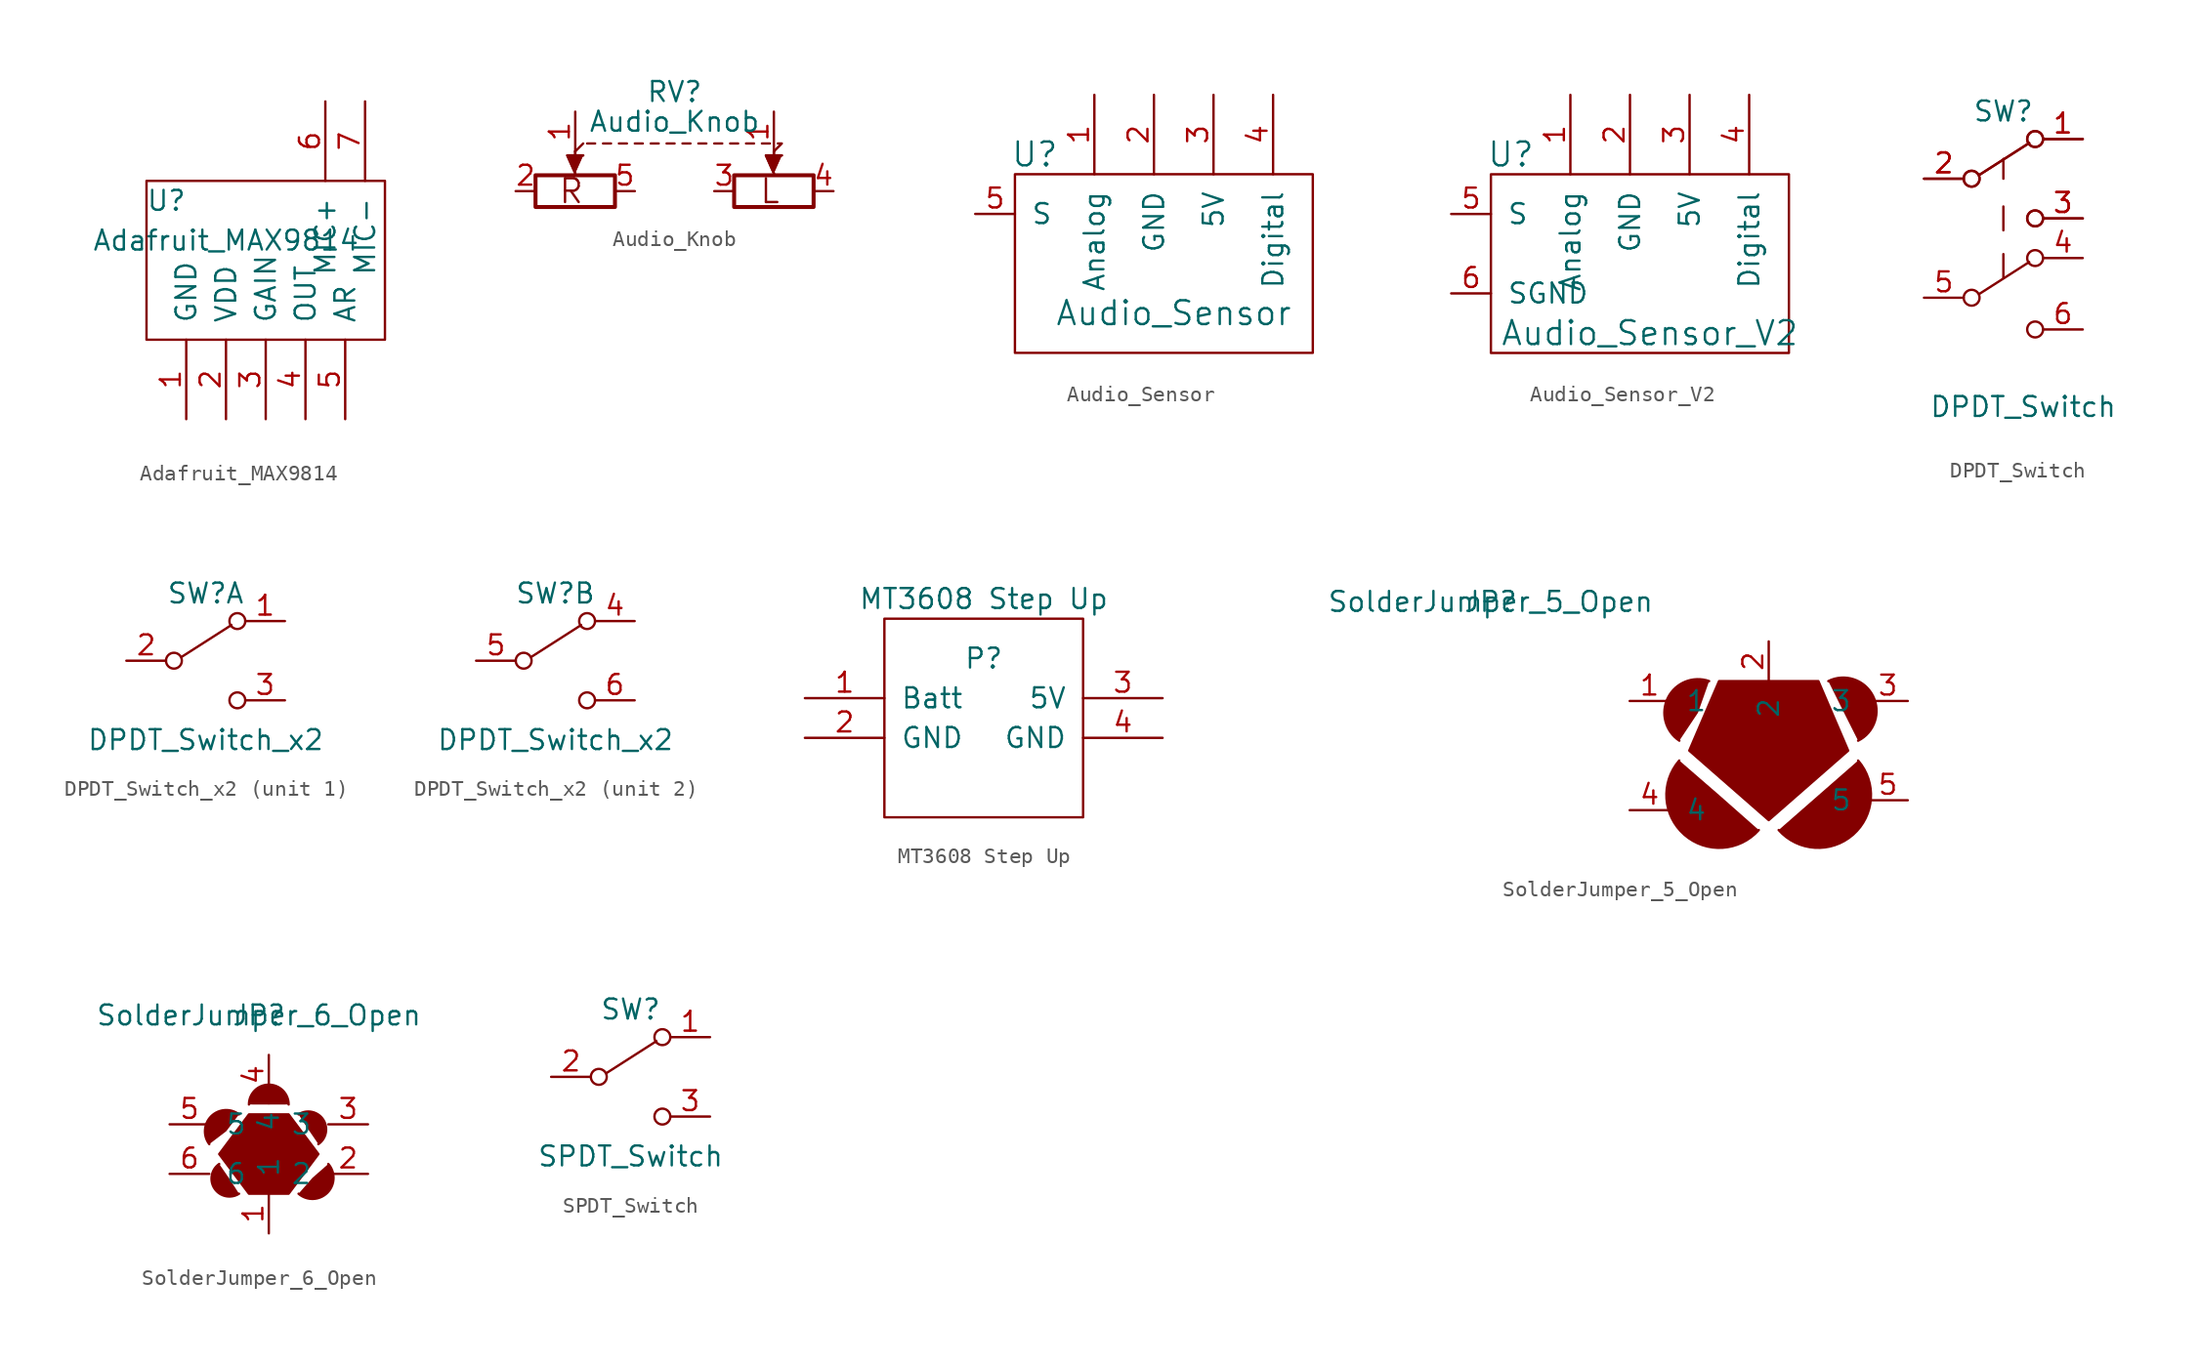
<source format=kicad_sym>
(kicad_symbol_lib
  (version 20220914)
  (generator kicad_symbol_editor)
  (symbol "Adafruit_MAX9814"
    (pin_names
      (offset 1.016))
    (property "Reference" "U"
      (at -6.35 3.81 0)
      (effects (font (size 1.27 1.27))))
    (property "Value" "Adafruit_MAX9814"
      (at -2.54 1.27 0)
      (effects (font (size 1.27 1.27))))
    (symbol "Adafruit_MAX9814_0_1"
      (rectangle (start 7.62 -5.08) (end -7.62 5.08) (stroke (width 0) (type default)) (fill (type none))))
    (symbol "Adafruit_MAX9814_1_1"
      (pin power_in line (at -5.08 -10.16 90) (length 5.08) (name "GND" (effects (font (size 1.27 1.27)))) (number "1" (effects (font (size 1.27 1.27)))))
      (pin power_in line (at -2.54 -10.16 90) (length 5.08) (name "VDD" (effects (font (size 1.27 1.27)))) (number "2" (effects (font (size 1.27 1.27)))))
      (pin passive line (at 0 -10.16 90) (length 5.08) (name "GAIN" (effects (font (size 1.27 1.27)))) (number "3" (effects (font (size 1.27 1.27)))))
      (pin output line (at 2.54 -10.16 90) (length 5.08) (name "OUT" (effects (font (size 1.27 1.27)))) (number "4" (effects (font (size 1.27 1.27)))))
      (pin passive line (at 5.08 -10.16 90) (length 5.08) (name "AR" (effects (font (size 1.27 1.27)))) (number "5" (effects (font (size 1.27 1.27)))))
      (pin input line (at 3.81 10.16 270) (length 5.08) (name "MIC+" (effects (font (size 1.27 1.27)))) (number "6" (effects (font (size 1.27 1.27)))))
      (pin input line (at 6.35 10.16 270) (length 5.08) (name "MIC-" (effects (font (size 1.27 1.27)))) (number "7" (effects (font (size 1.27 1.27)))))))
  (symbol "Audio_Knob"
    (pin_names
      (offset 1.016) hide)
    (property "Reference" "RV"
      (at 0 3.81 0)
      (effects (font (size 1.27 1.27))))
    (property "Value" "Audio_Knob"
      (at 0 1.905 0)
      (effects (font (size 1.27 1.27))))
    (symbol "Audio_Knob_0_0"
      (text "L" (at 6.096 -2.54 0) (effects (font (size 1.524 1.524))))
      (text "R" (at -6.604 -2.54 0) (effects (font (size 1.524 1.524)))))
    (symbol "Audio_Knob_0_1"
      (rectangle (start -8.89 -1.524) (end -3.81 -3.556) (stroke (width 0.254) (type default)) (fill (type none)))
      (polyline (pts (xy -6.35 0) (xy -6.35 -1.016)) (stroke (width 0) (type default)) (fill (type none)))
      (polyline (pts (xy -6.35 0) (xy -6.35 -1.016)) (stroke (width 0) (type default)) (fill (type none)))
      (polyline (pts (xy -6.35 0) (xy -5.842 0.508)) (stroke (width 0) (type default)) (fill (type none)))
      (polyline (pts (xy -5.588 0.508) (xy -5.08 0.508)) (stroke (width 0) (type default)) (fill (type none)))
      (polyline (pts (xy -4.572 0.508) (xy -4.064 0.508)) (stroke (width 0) (type default)) (fill (type none)))
      (polyline (pts (xy -3.556 0.508) (xy -3.048 0.508)) (stroke (width 0) (type default)) (fill (type none)))
      (polyline (pts (xy -2.54 0.508) (xy -2.032 0.508)) (stroke (width 0) (type default)) (fill (type none)))
      (polyline (pts (xy -1.524 0.508) (xy -1.016 0.508)) (stroke (width 0) (type default)) (fill (type none)))
      (polyline (pts (xy -0.508 0.508) (xy 0 0.508)) (stroke (width 0) (type default)) (fill (type none)))
      (polyline (pts (xy 0.508 0.508) (xy 1.016 0.508)) (stroke (width 0) (type default)) (fill (type none)))
      (polyline (pts (xy 1.524 0.508) (xy 2.032 0.508)) (stroke (width 0) (type default)) (fill (type none)))
      (polyline (pts (xy 2.54 0.508) (xy 3.048 0.508)) (stroke (width 0) (type default)) (fill (type none)))
      (polyline (pts (xy 3.556 0.508) (xy 4.064 0.508)) (stroke (width 0) (type default)) (fill (type none)))
      (polyline (pts (xy 4.572 0.508) (xy 5.08 0.508)) (stroke (width 0) (type default)) (fill (type none)))
      (polyline (pts (xy 5.588 0.508) (xy 6.096 0.508)) (stroke (width 0) (type default)) (fill (type none)))
      (polyline (pts (xy 6.35 0) (xy 6.35 -1.016)) (stroke (width 0) (type default)) (fill (type none)))
      (polyline (pts (xy 6.35 0) (xy 6.35 -1.016)) (stroke (width 0) (type default)) (fill (type none)))
      (polyline (pts (xy -6.35 -1.397) (xy -6.858 -0.254) (xy -5.842 -0.254)) (stroke (width 0) (type default)) (fill (type outline)))
      (polyline (pts (xy -6.35 -1.397) (xy -6.858 -0.254) (xy -5.842 -0.254)) (stroke (width 0) (type default)) (fill (type outline)))
      (polyline (pts (xy 6.35 -1.397) (xy 5.842 -0.254) (xy 6.858 -0.254)) (stroke (width 0) (type default)) (fill (type outline)))
      (polyline (pts (xy 6.35 -1.397) (xy 5.842 -0.254) (xy 6.858 -0.254)) (stroke (width 0) (type default)) (fill (type outline)))
      (polyline (pts (xy 6.604 0.508) (xy 6.858 0.508) (xy 6.35 0)) (stroke (width 0) (type default)) (fill (type none)))
      (rectangle (start 3.81 -1.524) (end 8.89 -3.556) (stroke (width 0.254) (type default)) (fill (type none))))
    (symbol "Audio_Knob_1_1"
      (pin passive line (at -6.35 2.54 270) (length 2.54) (name "GND" (effects (font (size 1.27 1.27)))) (number "1" (effects (font (size 1.27 1.27)))))
      (pin passive line (at 6.35 2.54 270) (length 2.54) (name "GND" (effects (font (size 1.27 1.27)))) (number "1" (effects (font (size 1.27 1.27)))))
      (pin passive line (at -10.16 -2.54 0) (length 1.27) (name "RI" (effects (font (size 1.27 1.27)))) (number "2" (effects (font (size 1.27 1.27)))))
      (pin passive line (at 2.54 -2.54 0) (length 1.27) (name "LI" (effects (font (size 1.27 1.27)))) (number "3" (effects (font (size 1.27 1.27)))))
      (pin passive line (at 10.16 -2.54 180) (length 1.27) (name "LO" (effects (font (size 1.27 1.27)))) (number "4" (effects (font (size 1.27 1.27)))))
      (pin passive line (at -2.54 -2.54 180) (length 1.27) (name "RO" (effects (font (size 1.27 1.27)))) (number "5" (effects (font (size 1.27 1.27)))))))
  (symbol "Audio_Sensor"
    (pin_names
      (offset 1.016))
    (property "Reference" "U"
      (at -8.89 8.89 0)
      (effects (font (size 1.524 1.524))))
    (property "Value" "Audio_Sensor"
      (at 0 -1.27 0)
      (effects (font (size 1.524 1.524))))
    (symbol "Audio_Sensor_0_1"
      (rectangle (start -10.16 7.62) (end 8.89 -3.81) (stroke (width 0) (type default)) (fill (type none))))
    (symbol "Audio_Sensor_1_1"
      (pin output line (at -5.08 12.7 270) (length 5.08) (name "Analog" (effects (font (size 1.27 1.27)))) (number "1" (effects (font (size 1.27 1.27)))))
      (pin power_in line (at -1.27 12.7 270) (length 5.08) (name "GND" (effects (font (size 1.27 1.27)))) (number "2" (effects (font (size 1.27 1.27)))))
      (pin power_in line (at 2.54 12.7 270) (length 5.08) (name "5V" (effects (font (size 1.27 1.27)))) (number "3" (effects (font (size 1.27 1.27)))))
      (pin output line (at 6.35 12.7 270) (length 5.08) (name "Digital" (effects (font (size 1.27 1.27)))) (number "4" (effects (font (size 1.27 1.27)))))
      (pin passive line (at -12.7 5.08 0) (length 2.54) (name "S" (effects (font (size 1.27 1.27)))) (number "5" (effects (font (size 1.27 1.27)))))))
  (symbol "Audio_Sensor_V2"
    (pin_names
      (offset 1.016))
    (property "Reference" "U"
      (at -8.89 8.89 0)
      (effects (font (size 1.524 1.524))))
    (property "Value" "Audio_Sensor_V2"
      (at 0 -2.54 0)
      (effects (font (size 1.524 1.524))))
    (symbol "Audio_Sensor_V2_0_1"
      (rectangle (start -10.16 7.62) (end 8.89 -3.81) (stroke (width 0) (type default)) (fill (type none))))
    (symbol "Audio_Sensor_V2_1_1"
      (pin output line (at -5.08 12.7 270) (length 5.08) (name "Analog" (effects (font (size 1.27 1.27)))) (number "1" (effects (font (size 1.27 1.27)))))
      (pin power_in line (at -1.27 12.7 270) (length 5.08) (name "GND" (effects (font (size 1.27 1.27)))) (number "2" (effects (font (size 1.27 1.27)))))
      (pin power_in line (at 2.54 12.7 270) (length 5.08) (name "5V" (effects (font (size 1.27 1.27)))) (number "3" (effects (font (size 1.27 1.27)))))
      (pin output line (at 6.35 12.7 270) (length 5.08) (name "Digital" (effects (font (size 1.27 1.27)))) (number "4" (effects (font (size 1.27 1.27)))))
      (pin passive line (at -12.7 5.08 0) (length 2.54) (name "S" (effects (font (size 1.27 1.27)))) (number "5" (effects (font (size 1.27 1.27)))))
      (pin passive line (at -12.7 0 0) (length 2.54) (name "SGND" (effects (font (size 1.27 1.27)))) (number "6" (effects (font (size 1.27 1.27)))))))
  (symbol "DPDT_Switch"
    (pin_names
      (offset 0) hide)
    (property "Reference" "SW"
      (at 0 4.318 0)
      (effects (font (size 1.27 1.27))))
    (property "Value" "DPDT_Switch"
      (at 1.27 -14.605 0)
      (effects (font (size 1.27 1.27))))
    (symbol "DPDT_Switch_0_0"
      (circle (center -2.032 0) (radius 0.508) (stroke (width 0) (type default)) (fill (type none)))
      (circle (center -2.032 0) (radius 0.508) (stroke (width 0) (type default)) (fill (type none)))
      (circle (center 2.032 -2.54) (radius 0.508) (stroke (width 0) (type default)) (fill (type none)))
      (circle (center 2.032 -2.54) (radius 0.508) (stroke (width 0) (type default)) (fill (type none))))
    (symbol "DPDT_Switch_0_1"
      (circle (center -2.032 -7.62) (radius 0.508) (stroke (width 0) (type default)) (fill (type none)))
      (polyline (pts (xy -1.524 -7.366) (xy 1.651 -5.334)) (stroke (width 0) (type default)) (fill (type none)))
      (polyline (pts (xy -1.524 0.254) (xy 1.651 2.286)) (stroke (width 0) (type default)) (fill (type none)))
      (polyline (pts (xy -1.524 0.254) (xy 1.651 2.286)) (stroke (width 0) (type default)) (fill (type none)))
      (polyline (pts (xy 0 -6.35) (xy 0 -4.826)) (stroke (width 0) (type default)) (fill (type none)))
      (polyline (pts (xy 0 -3.302) (xy 0 -1.778)) (stroke (width 0) (type default)) (fill (type none)))
      (polyline (pts (xy 0 0) (xy 0 1.27)) (stroke (width 0) (type default)) (fill (type none)))
      (circle (center 2.032 -9.652) (radius 0.508) (stroke (width 0) (type default)) (fill (type none)))
      (circle (center 2.032 -5.08) (radius 0.508) (stroke (width 0) (type default)) (fill (type none)))
      (circle (center 2.032 2.54) (radius 0.508) (stroke (width 0) (type default)) (fill (type none)))
      (circle (center 2.032 2.54) (radius 0.508) (stroke (width 0) (type default)) (fill (type none)))
      (pin passive line (at -5.08 -7.62 0) (length 2.54) (name "E" (effects (font (size 1.27 1.27)))) (number "5" (effects (font (size 1.27 1.27))))))
    (symbol "DPDT_Switch_1_1"
      (pin passive line (at 5.08 2.54 180) (length 2.54) (name "A" (effects (font (size 1.27 1.27)))) (number "1" (effects (font (size 1.27 1.27)))))
      (pin passive line (at 5.08 2.54 180) (length 2.54) (name "A" (effects (font (size 1.27 1.27)))) (number "1" (effects (font (size 1.27 1.27)))))
      (pin passive line (at -5.08 0 0) (length 2.54) (name "B" (effects (font (size 1.27 1.27)))) (number "2" (effects (font (size 1.27 1.27)))))
      (pin passive line (at -5.08 0 0) (length 2.54) (name "B" (effects (font (size 1.27 1.27)))) (number "2" (effects (font (size 1.27 1.27)))))
      (pin passive line (at 5.08 -2.54 180) (length 2.54) (name "C" (effects (font (size 1.27 1.27)))) (number "3" (effects (font (size 1.27 1.27)))))
      (pin passive line (at 5.08 -2.54 180) (length 2.54) (name "C" (effects (font (size 1.27 1.27)))) (number "3" (effects (font (size 1.27 1.27)))))
      (pin passive line (at 5.08 -5.08 180) (length 2.54) (name "D" (effects (font (size 1.27 1.27)))) (number "4" (effects (font (size 1.27 1.27)))))
      (pin passive line (at 5.08 -9.652 180) (length 2.54) (name "F" (effects (font (size 1.27 1.27)))) (number "6" (effects (font (size 1.27 1.27)))))))
  (symbol "DPDT_Switch_x2"
    (pin_names
      (offset 0) hide)
    (property "Reference" "SW"
      (at 0 4.318 0)
      (effects (font (size 1.27 1.27))))
    (property "Value" "DPDT_Switch_x2"
      (at 0 -5.08 0)
      (effects (font (size 1.27 1.27))))
    (symbol "DPDT_Switch_x2_0_0"
      (circle (center -2.032 0) (radius 0.508) (stroke (width 0) (type default)) (fill (type none)))
      (circle (center 2.032 -2.54) (radius 0.508) (stroke (width 0) (type default)) (fill (type none))))
    (symbol "DPDT_Switch_x2_0_1"
      (polyline (pts (xy -1.524 0.254) (xy 1.651 2.286)) (stroke (width 0) (type default)) (fill (type none)))
      (circle (center 2.032 2.54) (radius 0.508) (stroke (width 0) (type default)) (fill (type none))))
    (symbol "DPDT_Switch_x2_1_1"
      (pin passive line (at 5.08 2.54 180) (length 2.54) (name "A" (effects (font (size 1.27 1.27)))) (number "1" (effects (font (size 1.27 1.27)))))
      (pin passive line (at -5.08 0 0) (length 2.54) (name "B" (effects (font (size 1.27 1.27)))) (number "2" (effects (font (size 1.27 1.27)))))
      (pin passive line (at 5.08 -2.54 180) (length 2.54) (name "C" (effects (font (size 1.27 1.27)))) (number "3" (effects (font (size 1.27 1.27))))))
    (symbol "DPDT_Switch_x2_2_1"
      (pin passive line (at 5.08 2.54 180) (length 2.54) (name "A" (effects (font (size 1.27 1.27)))) (number "4" (effects (font (size 1.27 1.27)))))
      (pin passive line (at -5.08 0 0) (length 2.54) (name "B" (effects (font (size 1.27 1.27)))) (number "5" (effects (font (size 1.27 1.27)))))
      (pin passive line (at 5.08 -2.54 180) (length 2.54) (name "C" (effects (font (size 1.27 1.27)))) (number "6" (effects (font (size 1.27 1.27)))))))
  (symbol "MT3608 Step Up"
    (pin_names
      (offset 1.016))
    (property "Reference" "P"
      (at 0 0 0)
      (effects (font (size 1.27 1.27))))
    (property "Value" "MT3608 Step Up"
      (at 0 3.81 0)
      (effects (font (size 1.27 1.27))))
    (symbol "MT3608 Step Up_0_1"
      (rectangle (start -6.35 2.54) (end 6.35 -10.16) (stroke (width 0) (type default)) (fill (type none))))
    (symbol "MT3608 Step Up_1_1"
      (pin input line (at -11.43 -2.54 0) (length 5.08) (name "Batt" (effects (font (size 1.27 1.27)))) (number "1" (effects (font (size 1.27 1.27)))))
      (pin input line (at -11.43 -5.08 0) (length 5.08) (name "GND" (effects (font (size 1.27 1.27)))) (number "2" (effects (font (size 1.27 1.27)))))
      (pin output line (at 11.43 -2.54 180) (length 5.08) (name "5V" (effects (font (size 1.27 1.27)))) (number "3" (effects (font (size 1.27 1.27)))))
      (pin output line (at 11.43 -5.08 180) (length 5.08) (name "GND" (effects (font (size 1.27 1.27)))) (number "4" (effects (font (size 1.27 1.27)))))))
  (symbol "SolderJumper_5_Open"
    (pin_names
      (offset 1.016))
    (property "Reference" "JP"
      (at -17.78 8.89 0)
      (effects (font (size 1.27 1.27))))
    (property "Value" "SolderJumper_5_Open"
      (at -17.78 8.89 0)
      (effects (font (size 1.27 1.27))))
    (symbol "SolderJumper_5_Open_0_1"
      (arc (start -5.715 -1.27) (mid -5.392 -6.0135) (end -0.635 -5.715) (stroke (width 0) (type default)) (fill (type outline)))
      (arc (start -3.81 3.81) (mid -6.4465 2.7414) (end -5.715 0) (stroke (width 0) (type default)) (fill (type outline)))
      (polyline (pts (xy -3.175 3.81) (xy 3.175 3.81) (xy 5.08 -0.635) (xy 0 -5.08) (xy -5.08 -0.635) (xy -3.175 3.81)) (stroke (width 0) (type default)) (fill (type outline)))
      (arc (start 0.635 -5.715) (mid 5.403 -6.0261) (end 5.715 -1.27) (stroke (width 0) (type default)) (fill (type outline)))
      (arc (start 5.715 0) (mid 6.6599 2.86) (end 3.81 3.81) (stroke (width 0) (type default)) (fill (type outline))))
    (symbol "SolderJumper_5_Open_1_1"
      (pin passive line (at -8.89 2.54 0) (length 2.54) (name "1" (effects (font (size 1.27 1.27)))) (number "1" (effects (font (size 1.27 1.27)))))
      (pin passive line (at 0 6.35 270) (length 2.54) (name "2" (effects (font (size 1.27 1.27)))) (number "2" (effects (font (size 1.27 1.27)))))
      (pin passive line (at 8.89 2.54 180) (length 2.54) (name "3" (effects (font (size 1.27 1.27)))) (number "3" (effects (font (size 1.27 1.27)))))
      (pin passive line (at -8.89 -4.445 0) (length 2.54) (name "4" (effects (font (size 1.27 1.27)))) (number "4" (effects (font (size 1.27 1.27)))))
      (pin passive line (at 8.89 -3.81 180) (length 2.54) (name "5" (effects (font (size 1.27 1.27)))) (number "5" (effects (font (size 1.27 1.27)))))))
  (symbol "SolderJumper_6_Open"
    (pin_names
      (offset 1.016))
    (property "Reference" "JP"
      (at -0.635 8.89 0)
      (effects (font (size 1.27 1.27))))
    (property "Value" "SolderJumper_6_Open"
      (at -0.635 8.89 0)
      (effects (font (size 1.27 1.27))))
    (symbol "SolderJumper_6_Open_0_1"
      (arc (start -3.175 -0.635) (mid -3.4837 -2.204) (end -1.905 -2.54) (stroke (width 0) (type default)) (fill (type outline)))
      (arc (start -1.905 2.54) (mid -3.6894 2.4194) (end -3.81 0.635) (stroke (width 0) (type default)) (fill (type outline)))
      (polyline (pts (xy -1.27 2.54) (xy 1.27 2.54) (xy 3.175 0) (xy 1.27 -2.54) (xy -1.27 -2.54) (xy -3.175 0) (xy -1.27 2.54)) (stroke (width 0) (type default)) (fill (type outline)))
      (arc (start 1.27 3.175) (mid 0 4.4395) (end -1.27 3.175) (stroke (width 0) (type default)) (fill (type outline)))
      (arc (start 1.905 -2.54) (mid 3.7489 -2.4789) (end 3.81 -0.635) (stroke (width 0) (type default)) (fill (type outline)))
      (arc (start 3.175 0.635) (mid 3.4837 2.204) (end 1.905 2.54) (stroke (width 0) (type default)) (fill (type outline))))
    (symbol "SolderJumper_6_Open_1_1"
      (pin passive line (at 0 -5.08 90) (length 2.54) (name "1" (effects (font (size 1.27 1.27)))) (number "1" (effects (font (size 1.27 1.27)))))
      (pin passive line (at 6.35 -1.27 180) (length 2.54) (name "2" (effects (font (size 1.27 1.27)))) (number "2" (effects (font (size 1.27 1.27)))))
      (pin passive line (at 6.35 1.905 180) (length 2.54) (name "3" (effects (font (size 1.27 1.27)))) (number "3" (effects (font (size 1.27 1.27)))))
      (pin passive line (at 0 6.35 270) (length 2.54) (name "4" (effects (font (size 1.27 1.27)))) (number "4" (effects (font (size 1.27 1.27)))))
      (pin passive line (at -6.35 1.905 0) (length 2.54) (name "5" (effects (font (size 1.27 1.27)))) (number "5" (effects (font (size 1.27 1.27)))))
      (pin passive line (at -6.35 -1.27 0) (length 2.54) (name "6" (effects (font (size 1.27 1.27)))) (number "6" (effects (font (size 1.27 1.27)))))))
  (symbol "SPDT_Switch"
    (pin_names
      (offset 0) hide)
    (property "Reference" "SW"
      (at 0 4.318 0)
      (effects (font (size 1.27 1.27))))
    (property "Value" "SPDT_Switch"
      (at 0 -5.08 0)
      (effects (font (size 1.27 1.27))))
    (symbol "SPDT_Switch_0_0"
      (circle (center -2.032 0) (radius 0.508) (stroke (width 0) (type default)) (fill (type none)))
      (circle (center 2.032 -2.54) (radius 0.508) (stroke (width 0) (type default)) (fill (type none))))
    (symbol "SPDT_Switch_0_1"
      (polyline (pts (xy -1.524 0.254) (xy 1.651 2.286)) (stroke (width 0) (type default)) (fill (type none)))
      (circle (center 2.032 2.54) (radius 0.508) (stroke (width 0) (type default)) (fill (type none))))
    (symbol "SPDT_Switch_1_1"
      (pin passive line (at 5.08 2.54 180) (length 2.54) (name "A" (effects (font (size 1.27 1.27)))) (number "1" (effects (font (size 1.27 1.27)))))
      (pin passive line (at -5.08 0 0) (length 2.54) (name "B" (effects (font (size 1.27 1.27)))) (number "2" (effects (font (size 1.27 1.27)))))
      (pin passive line (at 5.08 -2.54 180) (length 2.54) (name "C" (effects (font (size 1.27 1.27)))) (number "3" (effects (font (size 1.27 1.27))))))))
</source>
